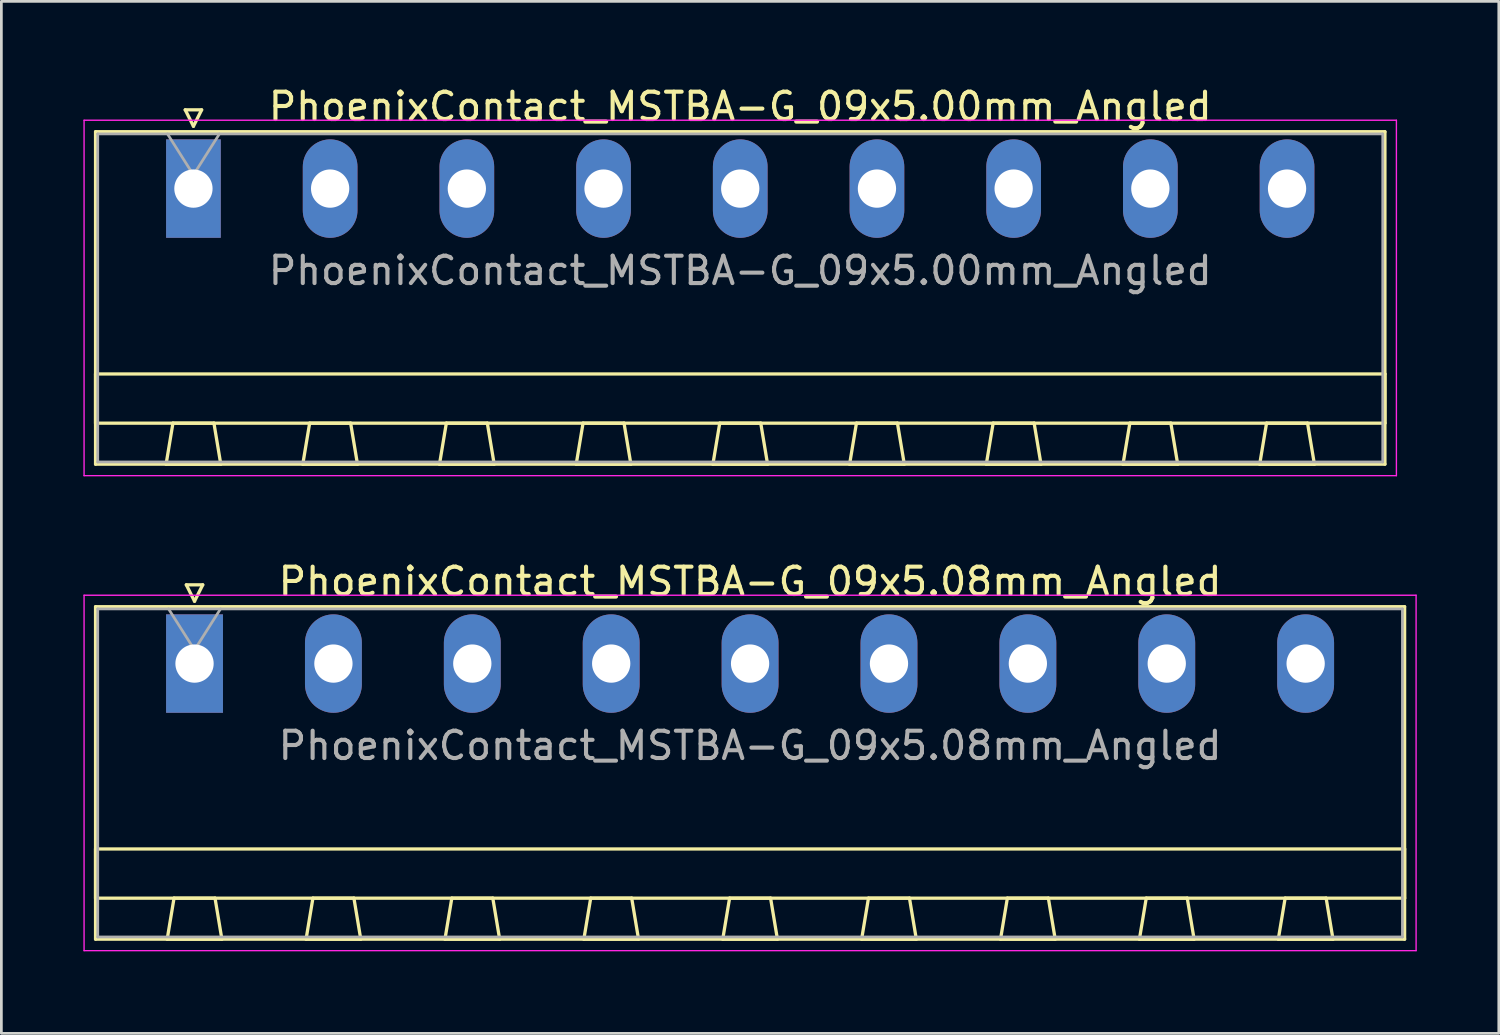
<source format=kicad_pcb>
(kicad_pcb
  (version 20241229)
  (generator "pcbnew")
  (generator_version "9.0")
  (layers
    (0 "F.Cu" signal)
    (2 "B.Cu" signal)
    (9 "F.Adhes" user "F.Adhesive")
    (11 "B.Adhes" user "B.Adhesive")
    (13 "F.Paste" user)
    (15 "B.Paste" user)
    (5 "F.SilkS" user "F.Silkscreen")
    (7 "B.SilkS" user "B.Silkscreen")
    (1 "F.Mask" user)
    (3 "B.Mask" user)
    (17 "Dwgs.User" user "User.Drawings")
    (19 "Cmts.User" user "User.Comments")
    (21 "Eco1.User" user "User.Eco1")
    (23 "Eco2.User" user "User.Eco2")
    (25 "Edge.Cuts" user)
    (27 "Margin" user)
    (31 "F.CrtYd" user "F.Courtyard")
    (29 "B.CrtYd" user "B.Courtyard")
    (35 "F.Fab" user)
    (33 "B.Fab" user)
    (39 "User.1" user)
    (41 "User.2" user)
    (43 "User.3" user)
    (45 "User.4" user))
  (footprint "PhoenixContact_MSTBA-G_09x5.08mm_Angled"
    (layer "F.Cu")
    (at 4.065 21.221)
    (property "Reference" "PhoenixContact_MSTBA-G_09x5.08mm_Angled" (at 20.32 -3 0) (layer "F.SilkS") (effects (font (size 1 1) (thickness 0.15))))
    (attr through_hole)
    (fp_line (start -3.62 -2.08) (end -3.62 10.08) (stroke (width 0.12) (type solid)) (layer "F.SilkS"))
    (fp_line (start -3.62 6.78) (end 44.26 6.78) (stroke (width 0.12) (type solid)) (layer "F.SilkS"))
    (fp_line (start -3.62 8.58) (end -3.62 6.78) (stroke (width 0.12) (type solid)) (layer "F.SilkS"))
    (fp_line (start -3.62 10.08) (end 44.26 10.08) (stroke (width 0.12) (type solid)) (layer "F.SilkS"))
    (fp_line (start -1 10.08) (end 1 10.08) (stroke (width 0.12) (type solid)) (layer "F.SilkS"))
    (fp_line (start -0.75 8.58) (end -1 10.08) (stroke (width 0.12) (type solid)) (layer "F.SilkS"))
    (fp_line (start -0.3 -2.88) (end 0.3 -2.88) (stroke (width 0.12) (type solid)) (layer "F.SilkS"))
    (fp_line (start 0 -2.28) (end -0.3 -2.88) (stroke (width 0.12) (type solid)) (layer "F.SilkS"))
    (fp_line (start 0.3 -2.88) (end 0 -2.28) (stroke (width 0.12) (type solid)) (layer "F.SilkS"))
    (fp_line (start 0.75 8.58) (end -0.75 8.58) (stroke (width 0.12) (type solid)) (layer "F.SilkS"))
    (fp_line (start 1 10.08) (end 0.75 8.58) (stroke (width 0.12) (type solid)) (layer "F.SilkS"))
    (fp_line (start 4.08 10.08) (end 6.08 10.08) (stroke (width 0.12) (type solid)) (layer "F.SilkS"))
    (fp_line (start 4.33 8.58) (end 4.08 10.08) (stroke (width 0.12) (type solid)) (layer "F.SilkS"))
    (fp_line (start 5.83 8.58) (end 4.33 8.58) (stroke (width 0.12) (type solid)) (layer "F.SilkS"))
    (fp_line (start 6.08 10.08) (end 5.83 8.58) (stroke (width 0.12) (type solid)) (layer "F.SilkS"))
    (fp_line (start 9.16 10.08) (end 11.16 10.08) (stroke (width 0.12) (type solid)) (layer "F.SilkS"))
    (fp_line (start 9.41 8.58) (end 9.16 10.08) (stroke (width 0.12) (type solid)) (layer "F.SilkS"))
    (fp_line (start 10.91 8.58) (end 9.41 8.58) (stroke (width 0.12) (type solid)) (layer "F.SilkS"))
    (fp_line (start 11.16 10.08) (end 10.91 8.58) (stroke (width 0.12) (type solid)) (layer "F.SilkS"))
    (fp_line (start 14.24 10.08) (end 16.24 10.08) (stroke (width 0.12) (type solid)) (layer "F.SilkS"))
    (fp_line (start 14.49 8.58) (end 14.24 10.08) (stroke (width 0.12) (type solid)) (layer "F.SilkS"))
    (fp_line (start 15.99 8.58) (end 14.49 8.58) (stroke (width 0.12) (type solid)) (layer "F.SilkS"))
    (fp_line (start 16.24 10.08) (end 15.99 8.58) (stroke (width 0.12) (type solid)) (layer "F.SilkS"))
    (fp_line (start 19.32 10.08) (end 21.32 10.08) (stroke (width 0.12) (type solid)) (layer "F.SilkS"))
    (fp_line (start 19.57 8.58) (end 19.32 10.08) (stroke (width 0.12) (type solid)) (layer "F.SilkS"))
    (fp_line (start 21.07 8.58) (end 19.57 8.58) (stroke (width 0.12) (type solid)) (layer "F.SilkS"))
    (fp_line (start 21.32 10.08) (end 21.07 8.58) (stroke (width 0.12) (type solid)) (layer "F.SilkS"))
    (fp_line (start 24.4 10.08) (end 26.4 10.08) (stroke (width 0.12) (type solid)) (layer "F.SilkS"))
    (fp_line (start 24.65 8.58) (end 24.4 10.08) (stroke (width 0.12) (type solid)) (layer "F.SilkS"))
    (fp_line (start 26.15 8.58) (end 24.65 8.58) (stroke (width 0.12) (type solid)) (layer "F.SilkS"))
    (fp_line (start 26.4 10.08) (end 26.15 8.58) (stroke (width 0.12) (type solid)) (layer "F.SilkS"))
    (fp_line (start 29.48 10.08) (end 31.48 10.08) (stroke (width 0.12) (type solid)) (layer "F.SilkS"))
    (fp_line (start 29.73 8.58) (end 29.48 10.08) (stroke (width 0.12) (type solid)) (layer "F.SilkS"))
    (fp_line (start 31.23 8.58) (end 29.73 8.58) (stroke (width 0.12) (type solid)) (layer "F.SilkS"))
    (fp_line (start 31.48 10.08) (end 31.23 8.58) (stroke (width 0.12) (type solid)) (layer "F.SilkS"))
    (fp_line (start 34.56 10.08) (end 36.56 10.08) (stroke (width 0.12) (type solid)) (layer "F.SilkS"))
    (fp_line (start 34.81 8.58) (end 34.56 10.08) (stroke (width 0.12) (type solid)) (layer "F.SilkS"))
    (fp_line (start 36.31 8.58) (end 34.81 8.58) (stroke (width 0.12) (type solid)) (layer "F.SilkS"))
    (fp_line (start 36.56 10.08) (end 36.31 8.58) (stroke (width 0.12) (type solid)) (layer "F.SilkS"))
    (fp_line (start 39.64 10.08) (end 41.64 10.08) (stroke (width 0.12) (type solid)) (layer "F.SilkS"))
    (fp_line (start 39.89 8.58) (end 39.64 10.08) (stroke (width 0.12) (type solid)) (layer "F.SilkS"))
    (fp_line (start 41.39 8.58) (end 39.89 8.58) (stroke (width 0.12) (type solid)) (layer "F.SilkS"))
    (fp_line (start 41.64 10.08) (end 41.39 8.58) (stroke (width 0.12) (type solid)) (layer "F.SilkS"))
    (fp_line (start 44.26 -2.08) (end -3.62 -2.08) (stroke (width 0.12) (type solid)) (layer "F.SilkS"))
    (fp_line (start 44.26 6.78) (end 44.26 8.58) (stroke (width 0.12) (type solid)) (layer "F.SilkS"))
    (fp_line (start 44.26 8.58) (end -3.62 8.58) (stroke (width 0.12) (type solid)) (layer "F.SilkS"))
    (fp_line (start 44.26 10.08) (end 44.26 -2.08) (stroke (width 0.12) (type solid)) (layer "F.SilkS"))
    (fp_line (start -4.04 -2.5) (end -4.04 10.5) (stroke (width 0.05) (type solid)) (layer "F.CrtYd"))
    (fp_line (start -4.04 10.5) (end 44.68 10.5) (stroke (width 0.05) (type solid)) (layer "F.CrtYd"))
    (fp_line (start 44.68 -2.5) (end -4.04 -2.5) (stroke (width 0.05) (type solid)) (layer "F.CrtYd"))
    (fp_line (start 44.68 10.5) (end 44.68 -2.5) (stroke (width 0.05) (type solid)) (layer "F.CrtYd"))
    (fp_line (start -3.54 -2) (end -3.54 10) (stroke (width 0.1) (type solid)) (layer "F.Fab"))
    (fp_line (start -3.54 10) (end 44.18 10) (stroke (width 0.1) (type solid)) (layer "F.Fab"))
    (fp_line (start 0 -0.5) (end -0.95 -2) (stroke (width 0.1) (type solid)) (layer "F.Fab"))
    (fp_line (start 0.95 -2) (end 0 -0.5) (stroke (width 0.1) (type solid)) (layer "F.Fab"))
    (fp_line (start 44.18 -2) (end -3.54 -2) (stroke (width 0.1) (type solid)) (layer "F.Fab"))
    (fp_line (start 44.18 10) (end 44.18 -2) (stroke (width 0.1) (type solid)) (layer "F.Fab"))
    (fp_text user "${REFERENCE}" (at 20.32 3 0) (layer "F.Fab") (effects (font (size 1 1) (thickness 0.15))))
    (pad "1" thru_hole rect (at 0 0) (size 2.08 3.6) (drill 1.4) (layers "*.Cu" "*.Mask"))
    (pad "2" thru_hole oval (at 5.08 0) (size 2.08 3.6) (drill 1.4) (layers "*.Cu" "*.Mask"))
    (pad "3" thru_hole oval (at 10.16 0) (size 2.08 3.6) (drill 1.4) (layers "*.Cu" "*.Mask"))
    (pad "4" thru_hole oval (at 15.24 0) (size 2.08 3.6) (drill 1.4) (layers "*.Cu" "*.Mask"))
    (pad "5" thru_hole oval (at 20.32 0) (size 2.08 3.6) (drill 1.4) (layers "*.Cu" "*.Mask"))
    (pad "6" thru_hole oval (at 25.4 0) (size 2.08 3.6) (drill 1.4) (layers "*.Cu" "*.Mask"))
    (pad "7" thru_hole oval (at 30.48 0) (size 2.08 3.6) (drill 1.4) (layers "*.Cu" "*.Mask"))
    (pad "8" thru_hole oval (at 35.56 0) (size 2.08 3.6) (drill 1.4) (layers "*.Cu" "*.Mask"))
    (pad "9" thru_hole oval (at 40.64 0) (size 2.08 3.6) (drill 1.4) (layers "*.Cu" "*.Mask")))
  (footprint "PhoenixContact_MSTBA-G_09x5.00mm_Angled"
    (layer "F.Cu")
    (at 4.025 3.848)
    (property "Reference" "PhoenixContact_MSTBA-G_09x5.00mm_Angled" (at 20 -3 0) (layer "F.SilkS") (effects (font (size 1 1) (thickness 0.15))))
    (attr through_hole)
    (fp_line (start -3.58 -2.08) (end -3.58 10.08) (stroke (width 0.12) (type solid)) (layer "F.SilkS"))
    (fp_line (start -3.58 6.78) (end 43.58 6.78) (stroke (width 0.12) (type solid)) (layer "F.SilkS"))
    (fp_line (start -3.58 8.58) (end -3.58 6.78) (stroke (width 0.12) (type solid)) (layer "F.SilkS"))
    (fp_line (start -3.58 10.08) (end 43.58 10.08) (stroke (width 0.12) (type solid)) (layer "F.SilkS"))
    (fp_line (start -1 10.08) (end 1 10.08) (stroke (width 0.12) (type solid)) (layer "F.SilkS"))
    (fp_line (start -0.75 8.58) (end -1 10.08) (stroke (width 0.12) (type solid)) (layer "F.SilkS"))
    (fp_line (start -0.3 -2.88) (end 0.3 -2.88) (stroke (width 0.12) (type solid)) (layer "F.SilkS"))
    (fp_line (start 0 -2.28) (end -0.3 -2.88) (stroke (width 0.12) (type solid)) (layer "F.SilkS"))
    (fp_line (start 0.3 -2.88) (end 0 -2.28) (stroke (width 0.12) (type solid)) (layer "F.SilkS"))
    (fp_line (start 0.75 8.58) (end -0.75 8.58) (stroke (width 0.12) (type solid)) (layer "F.SilkS"))
    (fp_line (start 1 10.08) (end 0.75 8.58) (stroke (width 0.12) (type solid)) (layer "F.SilkS"))
    (fp_line (start 4 10.08) (end 6 10.08) (stroke (width 0.12) (type solid)) (layer "F.SilkS"))
    (fp_line (start 4.25 8.58) (end 4 10.08) (stroke (width 0.12) (type solid)) (layer "F.SilkS"))
    (fp_line (start 5.75 8.58) (end 4.25 8.58) (stroke (width 0.12) (type solid)) (layer "F.SilkS"))
    (fp_line (start 6 10.08) (end 5.75 8.58) (stroke (width 0.12) (type solid)) (layer "F.SilkS"))
    (fp_line (start 9 10.08) (end 11 10.08) (stroke (width 0.12) (type solid)) (layer "F.SilkS"))
    (fp_line (start 9.25 8.58) (end 9 10.08) (stroke (width 0.12) (type solid)) (layer "F.SilkS"))
    (fp_line (start 10.75 8.58) (end 9.25 8.58) (stroke (width 0.12) (type solid)) (layer "F.SilkS"))
    (fp_line (start 11 10.08) (end 10.75 8.58) (stroke (width 0.12) (type solid)) (layer "F.SilkS"))
    (fp_line (start 14 10.08) (end 16 10.08) (stroke (width 0.12) (type solid)) (layer "F.SilkS"))
    (fp_line (start 14.25 8.58) (end 14 10.08) (stroke (width 0.12) (type solid)) (layer "F.SilkS"))
    (fp_line (start 15.75 8.58) (end 14.25 8.58) (stroke (width 0.12) (type solid)) (layer "F.SilkS"))
    (fp_line (start 16 10.08) (end 15.75 8.58) (stroke (width 0.12) (type solid)) (layer "F.SilkS"))
    (fp_line (start 19 10.08) (end 21 10.08) (stroke (width 0.12) (type solid)) (layer "F.SilkS"))
    (fp_line (start 19.25 8.58) (end 19 10.08) (stroke (width 0.12) (type solid)) (layer "F.SilkS"))
    (fp_line (start 20.75 8.58) (end 19.25 8.58) (stroke (width 0.12) (type solid)) (layer "F.SilkS"))
    (fp_line (start 21 10.08) (end 20.75 8.58) (stroke (width 0.12) (type solid)) (layer "F.SilkS"))
    (fp_line (start 24 10.08) (end 26 10.08) (stroke (width 0.12) (type solid)) (layer "F.SilkS"))
    (fp_line (start 24.25 8.58) (end 24 10.08) (stroke (width 0.12) (type solid)) (layer "F.SilkS"))
    (fp_line (start 25.75 8.58) (end 24.25 8.58) (stroke (width 0.12) (type solid)) (layer "F.SilkS"))
    (fp_line (start 26 10.08) (end 25.75 8.58) (stroke (width 0.12) (type solid)) (layer "F.SilkS"))
    (fp_line (start 29 10.08) (end 31 10.08) (stroke (width 0.12) (type solid)) (layer "F.SilkS"))
    (fp_line (start 29.25 8.58) (end 29 10.08) (stroke (width 0.12) (type solid)) (layer "F.SilkS"))
    (fp_line (start 30.75 8.58) (end 29.25 8.58) (stroke (width 0.12) (type solid)) (layer "F.SilkS"))
    (fp_line (start 31 10.08) (end 30.75 8.58) (stroke (width 0.12) (type solid)) (layer "F.SilkS"))
    (fp_line (start 34 10.08) (end 36 10.08) (stroke (width 0.12) (type solid)) (layer "F.SilkS"))
    (fp_line (start 34.25 8.58) (end 34 10.08) (stroke (width 0.12) (type solid)) (layer "F.SilkS"))
    (fp_line (start 35.75 8.58) (end 34.25 8.58) (stroke (width 0.12) (type solid)) (layer "F.SilkS"))
    (fp_line (start 36 10.08) (end 35.75 8.58) (stroke (width 0.12) (type solid)) (layer "F.SilkS"))
    (fp_line (start 39 10.08) (end 41 10.08) (stroke (width 0.12) (type solid)) (layer "F.SilkS"))
    (fp_line (start 39.25 8.58) (end 39 10.08) (stroke (width 0.12) (type solid)) (layer "F.SilkS"))
    (fp_line (start 40.75 8.58) (end 39.25 8.58) (stroke (width 0.12) (type solid)) (layer "F.SilkS"))
    (fp_line (start 41 10.08) (end 40.75 8.58) (stroke (width 0.12) (type solid)) (layer "F.SilkS"))
    (fp_line (start 43.58 -2.08) (end -3.58 -2.08) (stroke (width 0.12) (type solid)) (layer "F.SilkS"))
    (fp_line (start 43.58 6.78) (end 43.58 8.58) (stroke (width 0.12) (type solid)) (layer "F.SilkS"))
    (fp_line (start 43.58 8.58) (end -3.58 8.58) (stroke (width 0.12) (type solid)) (layer "F.SilkS"))
    (fp_line (start 43.58 10.08) (end 43.58 -2.08) (stroke (width 0.12) (type solid)) (layer "F.SilkS"))
    (fp_line (start -4 -2.5) (end -4 10.5) (stroke (width 0.05) (type solid)) (layer "F.CrtYd"))
    (fp_line (start -4 10.5) (end 44 10.5) (stroke (width 0.05) (type solid)) (layer "F.CrtYd"))
    (fp_line (start 44 -2.5) (end -4 -2.5) (stroke (width 0.05) (type solid)) (layer "F.CrtYd"))
    (fp_line (start 44 10.5) (end 44 -2.5) (stroke (width 0.05) (type solid)) (layer "F.CrtYd"))
    (fp_line (start -3.5 -2) (end -3.5 10) (stroke (width 0.1) (type solid)) (layer "F.Fab"))
    (fp_line (start -3.5 10) (end 43.5 10) (stroke (width 0.1) (type solid)) (layer "F.Fab"))
    (fp_line (start 0 -0.5) (end -0.95 -2) (stroke (width 0.1) (type solid)) (layer "F.Fab"))
    (fp_line (start 0.95 -2) (end 0 -0.5) (stroke (width 0.1) (type solid)) (layer "F.Fab"))
    (fp_line (start 43.5 -2) (end -3.5 -2) (stroke (width 0.1) (type solid)) (layer "F.Fab"))
    (fp_line (start 43.5 10) (end 43.5 -2) (stroke (width 0.1) (type solid)) (layer "F.Fab"))
    (fp_text user "${REFERENCE}" (at 20 3 0) (layer "F.Fab") (effects (font (size 1 1) (thickness 0.15))))
    (pad "1" thru_hole rect (at 0 0) (size 2 3.6) (drill 1.4) (layers "*.Cu" "*.Mask"))
    (pad "2" thru_hole oval (at 5 0) (size 2 3.6) (drill 1.4) (layers "*.Cu" "*.Mask"))
    (pad "3" thru_hole oval (at 10 0) (size 2 3.6) (drill 1.4) (layers "*.Cu" "*.Mask"))
    (pad "4" thru_hole oval (at 15 0) (size 2 3.6) (drill 1.4) (layers "*.Cu" "*.Mask"))
    (pad "5" thru_hole oval (at 20 0) (size 2 3.6) (drill 1.4) (layers "*.Cu" "*.Mask"))
    (pad "6" thru_hole oval (at 25 0) (size 2 3.6) (drill 1.4) (layers "*.Cu" "*.Mask"))
    (pad "7" thru_hole oval (at 30 0) (size 2 3.6) (drill 1.4) (layers "*.Cu" "*.Mask"))
    (pad "8" thru_hole oval (at 35 0) (size 2 3.6) (drill 1.4) (layers "*.Cu" "*.Mask"))
    (pad "9" thru_hole oval (at 40 0) (size 2 3.6) (drill 1.4) (layers "*.Cu" "*.Mask")))
  (gr_rect
    (start -3 -3)
    (end 51.77 34.746)
    (stroke (width 0.1) (type default))
    (fill no)
    (layer "Edge.Cuts")))
</source>
